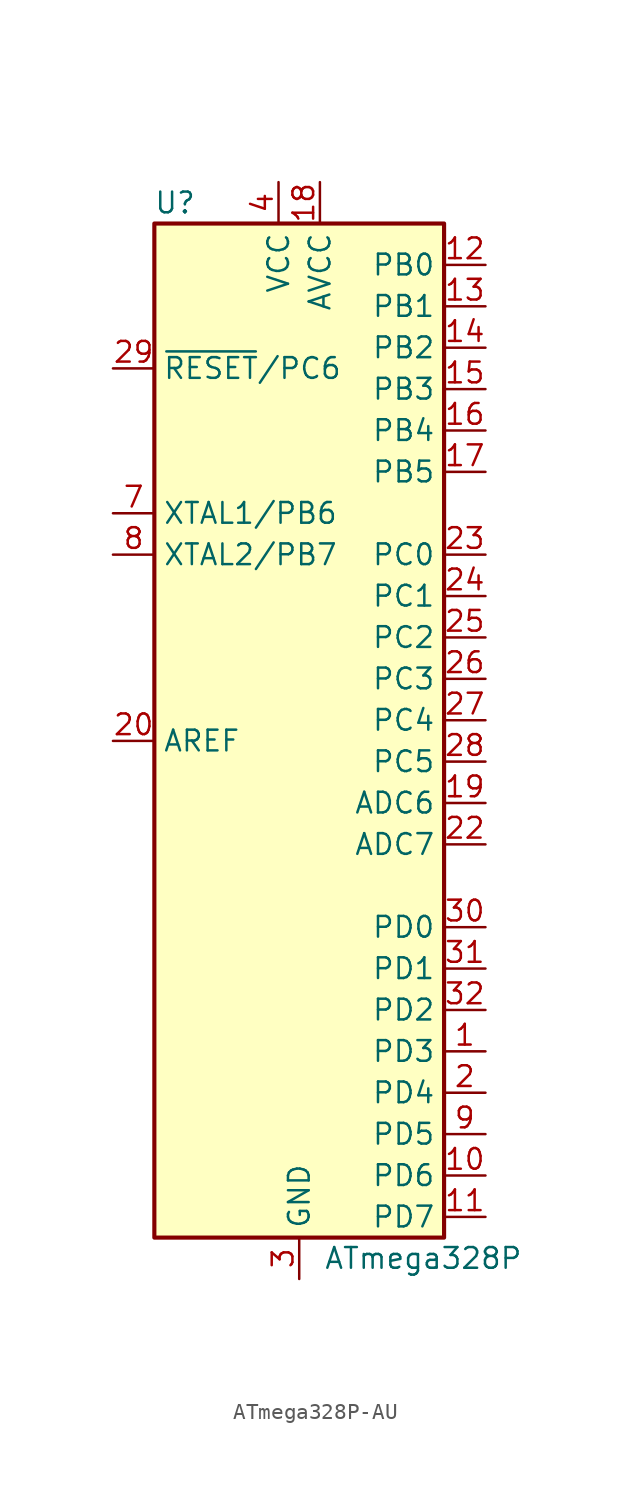
<source format=kicad_sym>
(kicad_symbol_lib
  (version 20241209)
  (generator "kicad_symbol_editor")
  (generator_version "9.0")
  (symbol "ATmega328P-AU"
    (property "Reference" "U"
      (at -7.62 27.94 0)
      (effects (font (size 1.27 1.27))))
    (property "Value" "ATmega328P"
      (at 7.62 -36.83 0)
      (effects (font (size 1.27 1.27))))
    (symbol "ATmega328P-AU_0_1"
      (rectangle (start -8.89 26.67) (end 8.89 -35.56) (stroke (width 0.254) (type default)) (fill (type background))))
    (symbol "ATmega328P-AU_1_1"
      (pin bidirectional line (at -11.43 17.78 0) (length 2.54) (name "~{RESET}/PC6" (effects (font (size 1.27 1.27)))) (number "29" (effects (font (size 1.27 1.27)))))
      (pin bidirectional line (at -11.43 8.89 0) (length 2.54) (name "XTAL1/PB6" (effects (font (size 1.27 1.27)))) (number "7" (effects (font (size 1.27 1.27)))))
      (pin bidirectional line (at -11.43 6.35 0) (length 2.54) (name "XTAL2/PB7" (effects (font (size 1.27 1.27)))) (number "8" (effects (font (size 1.27 1.27)))))
      (pin passive line (at -11.43 -5.08 0) (length 2.54) (name "AREF" (effects (font (size 1.27 1.27)))) (number "20" (effects (font (size 1.27 1.27)))))
      (pin power_in line (at -1.27 29.21 270) (length 2.54) (name "VCC" (effects (font (size 1.27 1.27)))) (number "4" (effects (font (size 1.27 1.27)))))
      (pin passive line (at -1.27 29.21 270) (length 2.54) (hide yes) (name "VCC" (effects (font (size 1.27 1.27)))) (number "6" (effects (font (size 1.27 1.27)))))
      (pin passive line (at 0 -38.1 90) (length 2.54) (hide yes) (name "GND" (effects (font (size 1.27 1.27)))) (number "21" (effects (font (size 1.27 1.27)))))
      (pin power_in line (at 0 -38.1 90) (length 2.54) (name "GND" (effects (font (size 1.27 1.27)))) (number "3" (effects (font (size 1.27 1.27)))))
      (pin passive line (at 0 -38.1 90) (length 2.54) (hide yes) (name "GND" (effects (font (size 1.27 1.27)))) (number "5" (effects (font (size 1.27 1.27)))))
      (pin power_in line (at 1.27 29.21 270) (length 2.54) (name "AVCC" (effects (font (size 1.27 1.27)))) (number "18" (effects (font (size 1.27 1.27)))))
      (pin bidirectional line (at 11.43 24.13 180) (length 2.54) (name "PB0" (effects (font (size 1.27 1.27)))) (number "12" (effects (font (size 1.27 1.27)))))
      (pin bidirectional line (at 11.43 21.59 180) (length 2.54) (name "PB1" (effects (font (size 1.27 1.27)))) (number "13" (effects (font (size 1.27 1.27)))))
      (pin bidirectional line (at 11.43 19.05 180) (length 2.54) (name "PB2" (effects (font (size 1.27 1.27)))) (number "14" (effects (font (size 1.27 1.27)))))
      (pin bidirectional line (at 11.43 16.51 180) (length 2.54) (name "PB3" (effects (font (size 1.27 1.27)))) (number "15" (effects (font (size 1.27 1.27)))))
      (pin bidirectional line (at 11.43 13.97 180) (length 2.54) (name "PB4" (effects (font (size 1.27 1.27)))) (number "16" (effects (font (size 1.27 1.27)))))
      (pin bidirectional line (at 11.43 11.43 180) (length 2.54) (name "PB5" (effects (font (size 1.27 1.27)))) (number "17" (effects (font (size 1.27 1.27)))))
      (pin bidirectional line (at 11.43 6.35 180) (length 2.54) (name "PC0" (effects (font (size 1.27 1.27)))) (number "23" (effects (font (size 1.27 1.27)))))
      (pin bidirectional line (at 11.43 3.81 180) (length 2.54) (name "PC1" (effects (font (size 1.27 1.27)))) (number "24" (effects (font (size 1.27 1.27)))))
      (pin bidirectional line (at 11.43 1.27 180) (length 2.54) (name "PC2" (effects (font (size 1.27 1.27)))) (number "25" (effects (font (size 1.27 1.27)))))
      (pin bidirectional line (at 11.43 -1.27 180) (length 2.54) (name "PC3" (effects (font (size 1.27 1.27)))) (number "26" (effects (font (size 1.27 1.27)))))
      (pin bidirectional line (at 11.43 -3.81 180) (length 2.54) (name "PC4" (effects (font (size 1.27 1.27)))) (number "27" (effects (font (size 1.27 1.27)))))
      (pin bidirectional line (at 11.43 -6.35 180) (length 2.54) (name "PC5" (effects (font (size 1.27 1.27)))) (number "28" (effects (font (size 1.27 1.27)))))
      (pin input line (at 11.43 -8.89 180) (length 2.54) (name "ADC6" (effects (font (size 1.27 1.27)))) (number "19" (effects (font (size 1.27 1.27)))))
      (pin input line (at 11.43 -11.43 180) (length 2.54) (name "ADC7" (effects (font (size 1.27 1.27)))) (number "22" (effects (font (size 1.27 1.27)))))
      (pin bidirectional line (at 11.43 -16.51 180) (length 2.54) (name "PD0" (effects (font (size 1.27 1.27)))) (number "30" (effects (font (size 1.27 1.27)))))
      (pin bidirectional line (at 11.43 -19.05 180) (length 2.54) (name "PD1" (effects (font (size 1.27 1.27)))) (number "31" (effects (font (size 1.27 1.27)))))
      (pin bidirectional line (at 11.43 -21.59 180) (length 2.54) (name "PD2" (effects (font (size 1.27 1.27)))) (number "32" (effects (font (size 1.27 1.27)))))
      (pin bidirectional line (at 11.43 -24.13 180) (length 2.54) (name "PD3" (effects (font (size 1.27 1.27)))) (number "1" (effects (font (size 1.27 1.27)))))
      (pin bidirectional line (at 11.43 -26.67 180) (length 2.54) (name "PD4" (effects (font (size 1.27 1.27)))) (number "2" (effects (font (size 1.27 1.27)))))
      (pin bidirectional line (at 11.43 -29.21 180) (length 2.54) (name "PD5" (effects (font (size 1.27 1.27)))) (number "9" (effects (font (size 1.27 1.27)))))
      (pin bidirectional line (at 11.43 -31.75 180) (length 2.54) (name "PD6" (effects (font (size 1.27 1.27)))) (number "10" (effects (font (size 1.27 1.27)))))
      (pin bidirectional line (at 11.43 -34.29 180) (length 2.54) (name "PD7" (effects (font (size 1.27 1.27)))) (number "11" (effects (font (size 1.27 1.27))))))))
</source>
